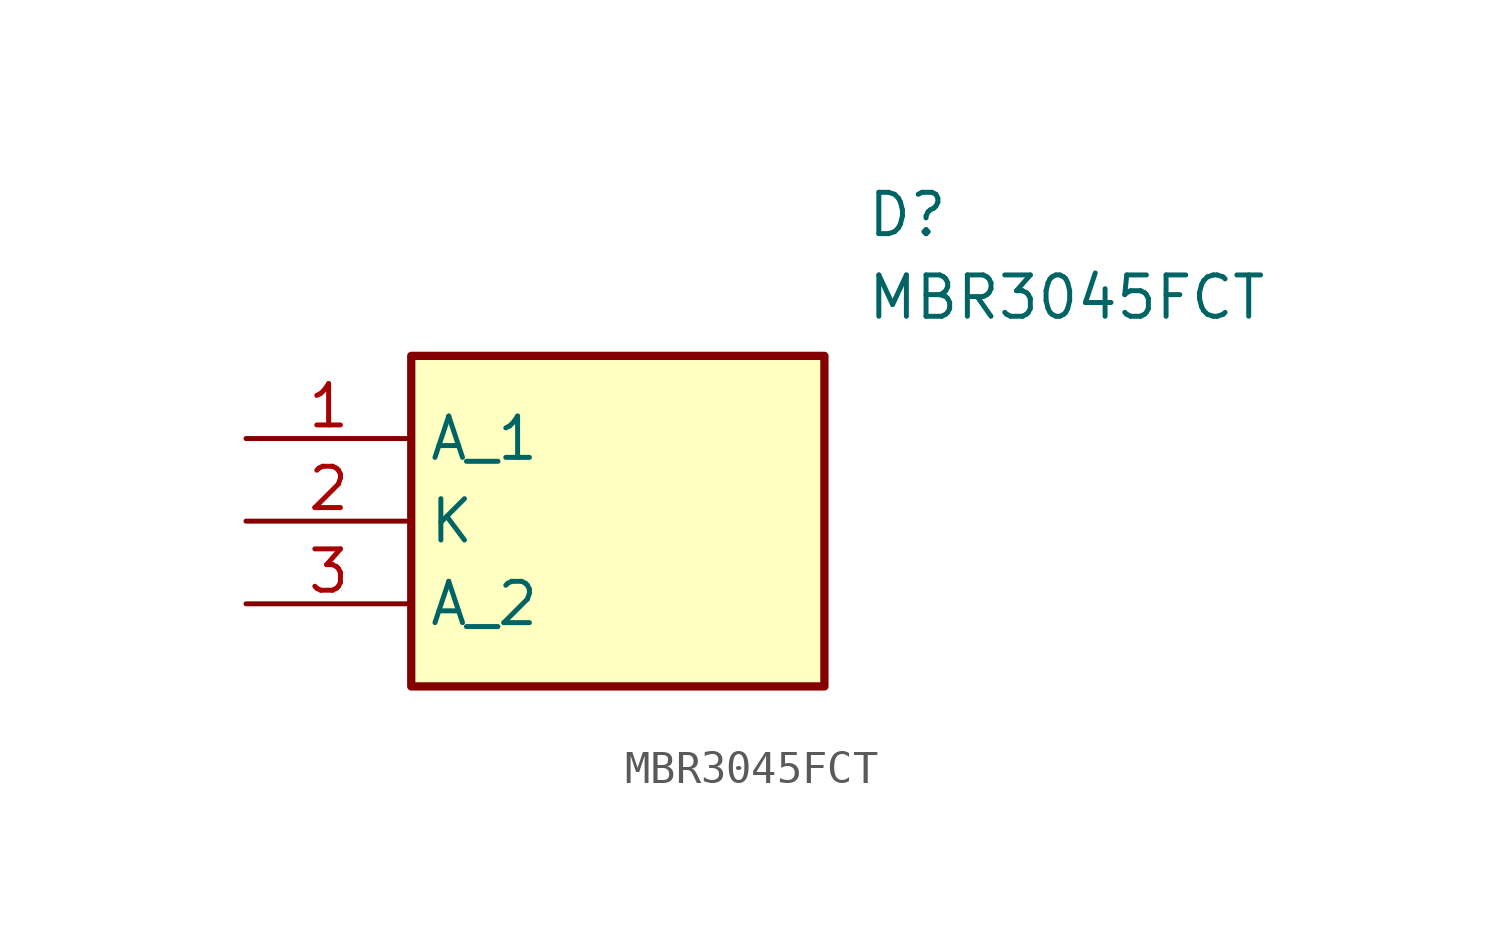
<source format=kicad_sym>
(kicad_symbol_lib
  (version 20211014)
  (generator SamacSys_ECAD_Model)
  (symbol "MBR3045FCT"
    (property "Reference" "D"
      (at 19.05 7.62 0)
      (effects (font (size 1.27 1.27)) (justify left top)))
    (property "Value" "MBR3045FCT"
      (at 19.05 5.08 0)
      (effects (font (size 1.27 1.27)) (justify left top)))
    (rectangle
      (start 5.08 2.54)
      (end 17.78 -7.62)
      (stroke (width 0.254) (type default))
      (fill (type background)))
    (pin passive line
      (at 0 0 0)
      (length 5.08)
      (name "A_1" (effects (font (size 1.27 1.27))))
      (number "1" (effects (font (size 1.27 1.27)))))
    (pin passive line
      (at 0 -2.54 0)
      (length 5.08)
      (name "K" (effects (font (size 1.27 1.27))))
      (number "2" (effects (font (size 1.27 1.27)))))
    (pin passive line
      (at 0 -5.08 0)
      (length 5.08)
      (name "A_2" (effects (font (size 1.27 1.27))))
      (number "3" (effects (font (size 1.27 1.27)))))))
</source>
